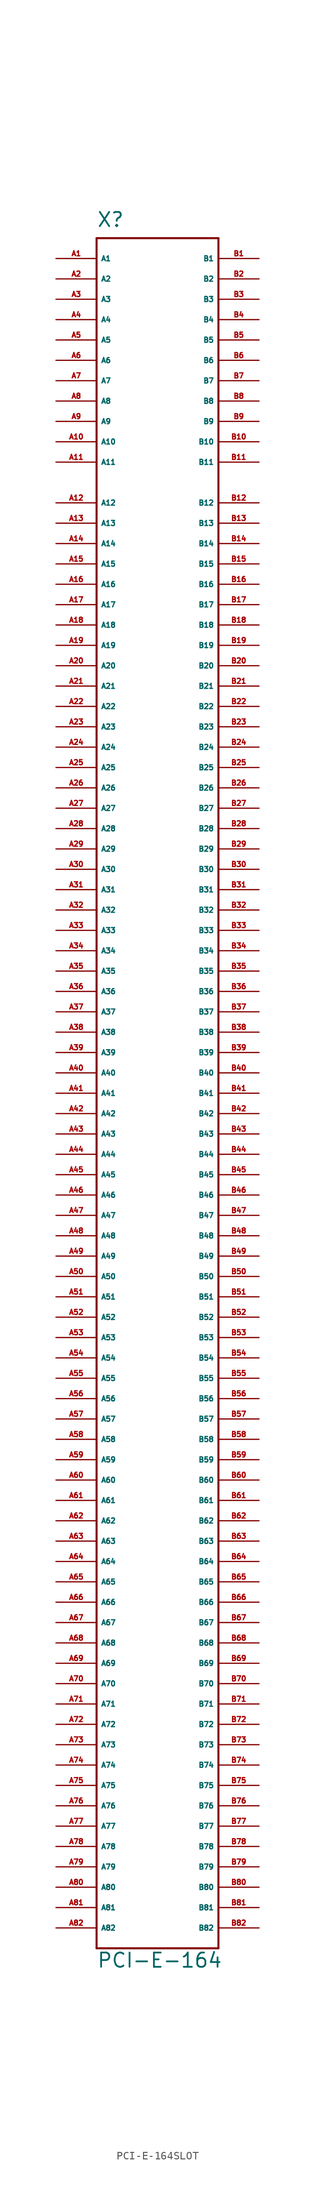
<source format=kicad_sym>
(kicad_symbol_lib
  (version 20220914)
  (generator Eagle2Kicad)
  (symbol "PCI-E-164SLOT"
    (property "Reference" "X"
      (at -7.62 105.41 0)
      (effects (font (size 1.778 1.778) (thickness 0.22)) (justify left bottom)))
    (property "Value" "PCI-E-164"
      (at -7.62 -111.76 0)
      (effects (font (size 1.778 1.778) (thickness 0.22)) (justify left bottom)))
    (polyline
      (pts (xy -7.62 104.14) (xy 7.62 104.14))
      (stroke (width 0.254) (type default))
      (fill (type none)))
    (polyline
      (pts (xy 7.62 104.14) (xy 7.62 -109.22))
      (stroke (width 0.254) (type default))
      (fill (type none)))
    (polyline
      (pts (xy 7.62 -109.22) (xy -7.62 -109.22))
      (stroke (width 0.254) (type default))
      (fill (type none)))
    (polyline
      (pts (xy -7.62 -109.22) (xy -7.62 104.14))
      (stroke (width 0.254) (type default))
      (fill (type none)))
    (pin passive line
      (at -12.7 101.6 0)
      (length 5.08)
      (name "A1" (effects (font (size 0.635 0.635) (thickness 0.08)) (justify left bottom)))
      (number "A1" (effects (font (size 0.635 0.635) (thickness 0.08)) (justify left bottom))))
    (pin passive line
      (at -12.7 99.06 0)
      (length 5.08)
      (name "A2" (effects (font (size 0.635 0.635) (thickness 0.08)) (justify left bottom)))
      (number "A2" (effects (font (size 0.635 0.635) (thickness 0.08)) (justify left bottom))))
    (pin passive line
      (at -12.7 96.52 0)
      (length 5.08)
      (name "A3" (effects (font (size 0.635 0.635) (thickness 0.08)) (justify left bottom)))
      (number "A3" (effects (font (size 0.635 0.635) (thickness 0.08)) (justify left bottom))))
    (pin passive line
      (at -12.7 93.98 0)
      (length 5.08)
      (name "A4" (effects (font (size 0.635 0.635) (thickness 0.08)) (justify left bottom)))
      (number "A4" (effects (font (size 0.635 0.635) (thickness 0.08)) (justify left bottom))))
    (pin passive line
      (at -12.7 91.44 0)
      (length 5.08)
      (name "A5" (effects (font (size 0.635 0.635) (thickness 0.08)) (justify left bottom)))
      (number "A5" (effects (font (size 0.635 0.635) (thickness 0.08)) (justify left bottom))))
    (pin passive line
      (at -12.7 88.9 0)
      (length 5.08)
      (name "A6" (effects (font (size 0.635 0.635) (thickness 0.08)) (justify left bottom)))
      (number "A6" (effects (font (size 0.635 0.635) (thickness 0.08)) (justify left bottom))))
    (pin passive line
      (at -12.7 86.36 0)
      (length 5.08)
      (name "A7" (effects (font (size 0.635 0.635) (thickness 0.08)) (justify left bottom)))
      (number "A7" (effects (font (size 0.635 0.635) (thickness 0.08)) (justify left bottom))))
    (pin passive line
      (at -12.7 83.82 0)
      (length 5.08)
      (name "A8" (effects (font (size 0.635 0.635) (thickness 0.08)) (justify left bottom)))
      (number "A8" (effects (font (size 0.635 0.635) (thickness 0.08)) (justify left bottom))))
    (pin passive line
      (at -12.7 81.28 0)
      (length 5.08)
      (name "A9" (effects (font (size 0.635 0.635) (thickness 0.08)) (justify left bottom)))
      (number "A9" (effects (font (size 0.635 0.635) (thickness 0.08)) (justify left bottom))))
    (pin passive line
      (at -12.7 78.74 0)
      (length 5.08)
      (name "A10" (effects (font (size 0.635 0.635) (thickness 0.08)) (justify left bottom)))
      (number "A10" (effects (font (size 0.635 0.635) (thickness 0.08)) (justify left bottom))))
    (pin passive line
      (at -12.7 76.2 0)
      (length 5.08)
      (name "A11" (effects (font (size 0.635 0.635) (thickness 0.08)) (justify left bottom)))
      (number "A11" (effects (font (size 0.635 0.635) (thickness 0.08)) (justify left bottom))))
    (pin passive line
      (at -12.7 71.12 0)
      (length 5.08)
      (name "A12" (effects (font (size 0.635 0.635) (thickness 0.08)) (justify left bottom)))
      (number "A12" (effects (font (size 0.635 0.635) (thickness 0.08)) (justify left bottom))))
    (pin passive line
      (at -12.7 68.58 0)
      (length 5.08)
      (name "A13" (effects (font (size 0.635 0.635) (thickness 0.08)) (justify left bottom)))
      (number "A13" (effects (font (size 0.635 0.635) (thickness 0.08)) (justify left bottom))))
    (pin passive line
      (at -12.7 66.04 0)
      (length 5.08)
      (name "A14" (effects (font (size 0.635 0.635) (thickness 0.08)) (justify left bottom)))
      (number "A14" (effects (font (size 0.635 0.635) (thickness 0.08)) (justify left bottom))))
    (pin passive line
      (at -12.7 63.5 0)
      (length 5.08)
      (name "A15" (effects (font (size 0.635 0.635) (thickness 0.08)) (justify left bottom)))
      (number "A15" (effects (font (size 0.635 0.635) (thickness 0.08)) (justify left bottom))))
    (pin passive line
      (at -12.7 60.96 0)
      (length 5.08)
      (name "A16" (effects (font (size 0.635 0.635) (thickness 0.08)) (justify left bottom)))
      (number "A16" (effects (font (size 0.635 0.635) (thickness 0.08)) (justify left bottom))))
    (pin passive line
      (at -12.7 58.42 0)
      (length 5.08)
      (name "A17" (effects (font (size 0.635 0.635) (thickness 0.08)) (justify left bottom)))
      (number "A17" (effects (font (size 0.635 0.635) (thickness 0.08)) (justify left bottom))))
    (pin passive line
      (at -12.7 55.88 0)
      (length 5.08)
      (name "A18" (effects (font (size 0.635 0.635) (thickness 0.08)) (justify left bottom)))
      (number "A18" (effects (font (size 0.635 0.635) (thickness 0.08)) (justify left bottom))))
    (pin passive line
      (at -12.7 53.34 0)
      (length 5.08)
      (name "A19" (effects (font (size 0.635 0.635) (thickness 0.08)) (justify left bottom)))
      (number "A19" (effects (font (size 0.635 0.635) (thickness 0.08)) (justify left bottom))))
    (pin passive line
      (at -12.7 50.8 0)
      (length 5.08)
      (name "A20" (effects (font (size 0.635 0.635) (thickness 0.08)) (justify left bottom)))
      (number "A20" (effects (font (size 0.635 0.635) (thickness 0.08)) (justify left bottom))))
    (pin passive line
      (at -12.7 48.26 0)
      (length 5.08)
      (name "A21" (effects (font (size 0.635 0.635) (thickness 0.08)) (justify left bottom)))
      (number "A21" (effects (font (size 0.635 0.635) (thickness 0.08)) (justify left bottom))))
    (pin passive line
      (at -12.7 45.72 0)
      (length 5.08)
      (name "A22" (effects (font (size 0.635 0.635) (thickness 0.08)) (justify left bottom)))
      (number "A22" (effects (font (size 0.635 0.635) (thickness 0.08)) (justify left bottom))))
    (pin passive line
      (at -12.7 43.18 0)
      (length 5.08)
      (name "A23" (effects (font (size 0.635 0.635) (thickness 0.08)) (justify left bottom)))
      (number "A23" (effects (font (size 0.635 0.635) (thickness 0.08)) (justify left bottom))))
    (pin passive line
      (at -12.7 40.64 0)
      (length 5.08)
      (name "A24" (effects (font (size 0.635 0.635) (thickness 0.08)) (justify left bottom)))
      (number "A24" (effects (font (size 0.635 0.635) (thickness 0.08)) (justify left bottom))))
    (pin passive line
      (at -12.7 38.1 0)
      (length 5.08)
      (name "A25" (effects (font (size 0.635 0.635) (thickness 0.08)) (justify left bottom)))
      (number "A25" (effects (font (size 0.635 0.635) (thickness 0.08)) (justify left bottom))))
    (pin passive line
      (at -12.7 35.56 0)
      (length 5.08)
      (name "A26" (effects (font (size 0.635 0.635) (thickness 0.08)) (justify left bottom)))
      (number "A26" (effects (font (size 0.635 0.635) (thickness 0.08)) (justify left bottom))))
    (pin passive line
      (at -12.7 33.02 0)
      (length 5.08)
      (name "A27" (effects (font (size 0.635 0.635) (thickness 0.08)) (justify left bottom)))
      (number "A27" (effects (font (size 0.635 0.635) (thickness 0.08)) (justify left bottom))))
    (pin passive line
      (at -12.7 30.48 0)
      (length 5.08)
      (name "A28" (effects (font (size 0.635 0.635) (thickness 0.08)) (justify left bottom)))
      (number "A28" (effects (font (size 0.635 0.635) (thickness 0.08)) (justify left bottom))))
    (pin passive line
      (at -12.7 27.94 0)
      (length 5.08)
      (name "A29" (effects (font (size 0.635 0.635) (thickness 0.08)) (justify left bottom)))
      (number "A29" (effects (font (size 0.635 0.635) (thickness 0.08)) (justify left bottom))))
    (pin passive line
      (at -12.7 25.4 0)
      (length 5.08)
      (name "A30" (effects (font (size 0.635 0.635) (thickness 0.08)) (justify left bottom)))
      (number "A30" (effects (font (size 0.635 0.635) (thickness 0.08)) (justify left bottom))))
    (pin passive line
      (at -12.7 22.86 0)
      (length 5.08)
      (name "A31" (effects (font (size 0.635 0.635) (thickness 0.08)) (justify left bottom)))
      (number "A31" (effects (font (size 0.635 0.635) (thickness 0.08)) (justify left bottom))))
    (pin passive line
      (at -12.7 20.32 0)
      (length 5.08)
      (name "A32" (effects (font (size 0.635 0.635) (thickness 0.08)) (justify left bottom)))
      (number "A32" (effects (font (size 0.635 0.635) (thickness 0.08)) (justify left bottom))))
    (pin passive line
      (at -12.7 17.78 0)
      (length 5.08)
      (name "A33" (effects (font (size 0.635 0.635) (thickness 0.08)) (justify left bottom)))
      (number "A33" (effects (font (size 0.635 0.635) (thickness 0.08)) (justify left bottom))))
    (pin passive line
      (at -12.7 15.24 0)
      (length 5.08)
      (name "A34" (effects (font (size 0.635 0.635) (thickness 0.08)) (justify left bottom)))
      (number "A34" (effects (font (size 0.635 0.635) (thickness 0.08)) (justify left bottom))))
    (pin passive line
      (at -12.7 12.7 0)
      (length 5.08)
      (name "A35" (effects (font (size 0.635 0.635) (thickness 0.08)) (justify left bottom)))
      (number "A35" (effects (font (size 0.635 0.635) (thickness 0.08)) (justify left bottom))))
    (pin passive line
      (at -12.7 10.16 0)
      (length 5.08)
      (name "A36" (effects (font (size 0.635 0.635) (thickness 0.08)) (justify left bottom)))
      (number "A36" (effects (font (size 0.635 0.635) (thickness 0.08)) (justify left bottom))))
    (pin passive line
      (at -12.7 7.62 0)
      (length 5.08)
      (name "A37" (effects (font (size 0.635 0.635) (thickness 0.08)) (justify left bottom)))
      (number "A37" (effects (font (size 0.635 0.635) (thickness 0.08)) (justify left bottom))))
    (pin passive line
      (at -12.7 5.08 0)
      (length 5.08)
      (name "A38" (effects (font (size 0.635 0.635) (thickness 0.08)) (justify left bottom)))
      (number "A38" (effects (font (size 0.635 0.635) (thickness 0.08)) (justify left bottom))))
    (pin passive line
      (at -12.7 2.54 0)
      (length 5.08)
      (name "A39" (effects (font (size 0.635 0.635) (thickness 0.08)) (justify left bottom)))
      (number "A39" (effects (font (size 0.635 0.635) (thickness 0.08)) (justify left bottom))))
    (pin passive line
      (at -12.7 0 0)
      (length 5.08)
      (name "A40" (effects (font (size 0.635 0.635) (thickness 0.08)) (justify left bottom)))
      (number "A40" (effects (font (size 0.635 0.635) (thickness 0.08)) (justify left bottom))))
    (pin passive line
      (at -12.7 -2.54 0)
      (length 5.08)
      (name "A41" (effects (font (size 0.635 0.635) (thickness 0.08)) (justify left bottom)))
      (number "A41" (effects (font (size 0.635 0.635) (thickness 0.08)) (justify left bottom))))
    (pin passive line
      (at -12.7 -5.08 0)
      (length 5.08)
      (name "A42" (effects (font (size 0.635 0.635) (thickness 0.08)) (justify left bottom)))
      (number "A42" (effects (font (size 0.635 0.635) (thickness 0.08)) (justify left bottom))))
    (pin passive line
      (at -12.7 -7.62 0)
      (length 5.08)
      (name "A43" (effects (font (size 0.635 0.635) (thickness 0.08)) (justify left bottom)))
      (number "A43" (effects (font (size 0.635 0.635) (thickness 0.08)) (justify left bottom))))
    (pin passive line
      (at -12.7 -10.16 0)
      (length 5.08)
      (name "A44" (effects (font (size 0.635 0.635) (thickness 0.08)) (justify left bottom)))
      (number "A44" (effects (font (size 0.635 0.635) (thickness 0.08)) (justify left bottom))))
    (pin passive line
      (at -12.7 -12.7 0)
      (length 5.08)
      (name "A45" (effects (font (size 0.635 0.635) (thickness 0.08)) (justify left bottom)))
      (number "A45" (effects (font (size 0.635 0.635) (thickness 0.08)) (justify left bottom))))
    (pin passive line
      (at -12.7 -15.24 0)
      (length 5.08)
      (name "A46" (effects (font (size 0.635 0.635) (thickness 0.08)) (justify left bottom)))
      (number "A46" (effects (font (size 0.635 0.635) (thickness 0.08)) (justify left bottom))))
    (pin passive line
      (at -12.7 -17.78 0)
      (length 5.08)
      (name "A47" (effects (font (size 0.635 0.635) (thickness 0.08)) (justify left bottom)))
      (number "A47" (effects (font (size 0.635 0.635) (thickness 0.08)) (justify left bottom))))
    (pin passive line
      (at -12.7 -20.32 0)
      (length 5.08)
      (name "A48" (effects (font (size 0.635 0.635) (thickness 0.08)) (justify left bottom)))
      (number "A48" (effects (font (size 0.635 0.635) (thickness 0.08)) (justify left bottom))))
    (pin passive line
      (at -12.7 -22.86 0)
      (length 5.08)
      (name "A49" (effects (font (size 0.635 0.635) (thickness 0.08)) (justify left bottom)))
      (number "A49" (effects (font (size 0.635 0.635) (thickness 0.08)) (justify left bottom))))
    (pin passive line
      (at -12.7 -25.4 0)
      (length 5.08)
      (name "A50" (effects (font (size 0.635 0.635) (thickness 0.08)) (justify left bottom)))
      (number "A50" (effects (font (size 0.635 0.635) (thickness 0.08)) (justify left bottom))))
    (pin passive line
      (at -12.7 -27.94 0)
      (length 5.08)
      (name "A51" (effects (font (size 0.635 0.635) (thickness 0.08)) (justify left bottom)))
      (number "A51" (effects (font (size 0.635 0.635) (thickness 0.08)) (justify left bottom))))
    (pin passive line
      (at -12.7 -30.48 0)
      (length 5.08)
      (name "A52" (effects (font (size 0.635 0.635) (thickness 0.08)) (justify left bottom)))
      (number "A52" (effects (font (size 0.635 0.635) (thickness 0.08)) (justify left bottom))))
    (pin passive line
      (at -12.7 -33.02 0)
      (length 5.08)
      (name "A53" (effects (font (size 0.635 0.635) (thickness 0.08)) (justify left bottom)))
      (number "A53" (effects (font (size 0.635 0.635) (thickness 0.08)) (justify left bottom))))
    (pin passive line
      (at -12.7 -35.56 0)
      (length 5.08)
      (name "A54" (effects (font (size 0.635 0.635) (thickness 0.08)) (justify left bottom)))
      (number "A54" (effects (font (size 0.635 0.635) (thickness 0.08)) (justify left bottom))))
    (pin passive line
      (at -12.7 -38.1 0)
      (length 5.08)
      (name "A55" (effects (font (size 0.635 0.635) (thickness 0.08)) (justify left bottom)))
      (number "A55" (effects (font (size 0.635 0.635) (thickness 0.08)) (justify left bottom))))
    (pin passive line
      (at -12.7 -40.64 0)
      (length 5.08)
      (name "A56" (effects (font (size 0.635 0.635) (thickness 0.08)) (justify left bottom)))
      (number "A56" (effects (font (size 0.635 0.635) (thickness 0.08)) (justify left bottom))))
    (pin passive line
      (at -12.7 -43.18 0)
      (length 5.08)
      (name "A57" (effects (font (size 0.635 0.635) (thickness 0.08)) (justify left bottom)))
      (number "A57" (effects (font (size 0.635 0.635) (thickness 0.08)) (justify left bottom))))
    (pin passive line
      (at -12.7 -45.72 0)
      (length 5.08)
      (name "A58" (effects (font (size 0.635 0.635) (thickness 0.08)) (justify left bottom)))
      (number "A58" (effects (font (size 0.635 0.635) (thickness 0.08)) (justify left bottom))))
    (pin passive line
      (at -12.7 -48.26 0)
      (length 5.08)
      (name "A59" (effects (font (size 0.635 0.635) (thickness 0.08)) (justify left bottom)))
      (number "A59" (effects (font (size 0.635 0.635) (thickness 0.08)) (justify left bottom))))
    (pin passive line
      (at -12.7 -50.8 0)
      (length 5.08)
      (name "A60" (effects (font (size 0.635 0.635) (thickness 0.08)) (justify left bottom)))
      (number "A60" (effects (font (size 0.635 0.635) (thickness 0.08)) (justify left bottom))))
    (pin passive line
      (at -12.7 -53.34 0)
      (length 5.08)
      (name "A61" (effects (font (size 0.635 0.635) (thickness 0.08)) (justify left bottom)))
      (number "A61" (effects (font (size 0.635 0.635) (thickness 0.08)) (justify left bottom))))
    (pin passive line
      (at -12.7 -55.88 0)
      (length 5.08)
      (name "A62" (effects (font (size 0.635 0.635) (thickness 0.08)) (justify left bottom)))
      (number "A62" (effects (font (size 0.635 0.635) (thickness 0.08)) (justify left bottom))))
    (pin passive line
      (at -12.7 -58.42 0)
      (length 5.08)
      (name "A63" (effects (font (size 0.635 0.635) (thickness 0.08)) (justify left bottom)))
      (number "A63" (effects (font (size 0.635 0.635) (thickness 0.08)) (justify left bottom))))
    (pin passive line
      (at -12.7 -60.96 0)
      (length 5.08)
      (name "A64" (effects (font (size 0.635 0.635) (thickness 0.08)) (justify left bottom)))
      (number "A64" (effects (font (size 0.635 0.635) (thickness 0.08)) (justify left bottom))))
    (pin passive line
      (at -12.7 -63.5 0)
      (length 5.08)
      (name "A65" (effects (font (size 0.635 0.635) (thickness 0.08)) (justify left bottom)))
      (number "A65" (effects (font (size 0.635 0.635) (thickness 0.08)) (justify left bottom))))
    (pin passive line
      (at -12.7 -66.04 0)
      (length 5.08)
      (name "A66" (effects (font (size 0.635 0.635) (thickness 0.08)) (justify left bottom)))
      (number "A66" (effects (font (size 0.635 0.635) (thickness 0.08)) (justify left bottom))))
    (pin passive line
      (at -12.7 -68.58 0)
      (length 5.08)
      (name "A67" (effects (font (size 0.635 0.635) (thickness 0.08)) (justify left bottom)))
      (number "A67" (effects (font (size 0.635 0.635) (thickness 0.08)) (justify left bottom))))
    (pin passive line
      (at -12.7 -71.12 0)
      (length 5.08)
      (name "A68" (effects (font (size 0.635 0.635) (thickness 0.08)) (justify left bottom)))
      (number "A68" (effects (font (size 0.635 0.635) (thickness 0.08)) (justify left bottom))))
    (pin passive line
      (at -12.7 -73.66 0)
      (length 5.08)
      (name "A69" (effects (font (size 0.635 0.635) (thickness 0.08)) (justify left bottom)))
      (number "A69" (effects (font (size 0.635 0.635) (thickness 0.08)) (justify left bottom))))
    (pin passive line
      (at -12.7 -76.2 0)
      (length 5.08)
      (name "A70" (effects (font (size 0.635 0.635) (thickness 0.08)) (justify left bottom)))
      (number "A70" (effects (font (size 0.635 0.635) (thickness 0.08)) (justify left bottom))))
    (pin passive line
      (at -12.7 -78.74 0)
      (length 5.08)
      (name "A71" (effects (font (size 0.635 0.635) (thickness 0.08)) (justify left bottom)))
      (number "A71" (effects (font (size 0.635 0.635) (thickness 0.08)) (justify left bottom))))
    (pin passive line
      (at -12.7 -81.28 0)
      (length 5.08)
      (name "A72" (effects (font (size 0.635 0.635) (thickness 0.08)) (justify left bottom)))
      (number "A72" (effects (font (size 0.635 0.635) (thickness 0.08)) (justify left bottom))))
    (pin passive line
      (at -12.7 -83.82 0)
      (length 5.08)
      (name "A73" (effects (font (size 0.635 0.635) (thickness 0.08)) (justify left bottom)))
      (number "A73" (effects (font (size 0.635 0.635) (thickness 0.08)) (justify left bottom))))
    (pin passive line
      (at -12.7 -86.36 0)
      (length 5.08)
      (name "A74" (effects (font (size 0.635 0.635) (thickness 0.08)) (justify left bottom)))
      (number "A74" (effects (font (size 0.635 0.635) (thickness 0.08)) (justify left bottom))))
    (pin passive line
      (at -12.7 -88.9 0)
      (length 5.08)
      (name "A75" (effects (font (size 0.635 0.635) (thickness 0.08)) (justify left bottom)))
      (number "A75" (effects (font (size 0.635 0.635) (thickness 0.08)) (justify left bottom))))
    (pin passive line
      (at -12.7 -91.44 0)
      (length 5.08)
      (name "A76" (effects (font (size 0.635 0.635) (thickness 0.08)) (justify left bottom)))
      (number "A76" (effects (font (size 0.635 0.635) (thickness 0.08)) (justify left bottom))))
    (pin passive line
      (at -12.7 -93.98 0)
      (length 5.08)
      (name "A77" (effects (font (size 0.635 0.635) (thickness 0.08)) (justify left bottom)))
      (number "A77" (effects (font (size 0.635 0.635) (thickness 0.08)) (justify left bottom))))
    (pin passive line
      (at -12.7 -96.52 0)
      (length 5.08)
      (name "A78" (effects (font (size 0.635 0.635) (thickness 0.08)) (justify left bottom)))
      (number "A78" (effects (font (size 0.635 0.635) (thickness 0.08)) (justify left bottom))))
    (pin passive line
      (at -12.7 -99.06 0)
      (length 5.08)
      (name "A79" (effects (font (size 0.635 0.635) (thickness 0.08)) (justify left bottom)))
      (number "A79" (effects (font (size 0.635 0.635) (thickness 0.08)) (justify left bottom))))
    (pin passive line
      (at -12.7 -101.6 0)
      (length 5.08)
      (name "A80" (effects (font (size 0.635 0.635) (thickness 0.08)) (justify left bottom)))
      (number "A80" (effects (font (size 0.635 0.635) (thickness 0.08)) (justify left bottom))))
    (pin passive line
      (at -12.7 -104.14 0)
      (length 5.08)
      (name "A81" (effects (font (size 0.635 0.635) (thickness 0.08)) (justify left bottom)))
      (number "A81" (effects (font (size 0.635 0.635) (thickness 0.08)) (justify left bottom))))
    (pin passive line
      (at -12.7 -106.68 0)
      (length 5.08)
      (name "A82" (effects (font (size 0.635 0.635) (thickness 0.08)) (justify left bottom)))
      (number "A82" (effects (font (size 0.635 0.635) (thickness 0.08)) (justify left bottom))))
    (pin passive line
      (at 12.7 101.6 180)
      (length 5.08)
      (name "B1" (effects (font (size 0.635 0.635) (thickness 0.08)) (justify left bottom)))
      (number "B1" (effects (font (size 0.635 0.635) (thickness 0.08)) (justify left bottom))))
    (pin passive line
      (at 12.7 99.06 180)
      (length 5.08)
      (name "B2" (effects (font (size 0.635 0.635) (thickness 0.08)) (justify left bottom)))
      (number "B2" (effects (font (size 0.635 0.635) (thickness 0.08)) (justify left bottom))))
    (pin passive line
      (at 12.7 96.52 180)
      (length 5.08)
      (name "B3" (effects (font (size 0.635 0.635) (thickness 0.08)) (justify left bottom)))
      (number "B3" (effects (font (size 0.635 0.635) (thickness 0.08)) (justify left bottom))))
    (pin passive line
      (at 12.7 93.98 180)
      (length 5.08)
      (name "B4" (effects (font (size 0.635 0.635) (thickness 0.08)) (justify left bottom)))
      (number "B4" (effects (font (size 0.635 0.635) (thickness 0.08)) (justify left bottom))))
    (pin passive line
      (at 12.7 91.44 180)
      (length 5.08)
      (name "B5" (effects (font (size 0.635 0.635) (thickness 0.08)) (justify left bottom)))
      (number "B5" (effects (font (size 0.635 0.635) (thickness 0.08)) (justify left bottom))))
    (pin passive line
      (at 12.7 88.9 180)
      (length 5.08)
      (name "B6" (effects (font (size 0.635 0.635) (thickness 0.08)) (justify left bottom)))
      (number "B6" (effects (font (size 0.635 0.635) (thickness 0.08)) (justify left bottom))))
    (pin passive line
      (at 12.7 86.36 180)
      (length 5.08)
      (name "B7" (effects (font (size 0.635 0.635) (thickness 0.08)) (justify left bottom)))
      (number "B7" (effects (font (size 0.635 0.635) (thickness 0.08)) (justify left bottom))))
    (pin passive line
      (at 12.7 83.82 180)
      (length 5.08)
      (name "B8" (effects (font (size 0.635 0.635) (thickness 0.08)) (justify left bottom)))
      (number "B8" (effects (font (size 0.635 0.635) (thickness 0.08)) (justify left bottom))))
    (pin passive line
      (at 12.7 81.28 180)
      (length 5.08)
      (name "B9" (effects (font (size 0.635 0.635) (thickness 0.08)) (justify left bottom)))
      (number "B9" (effects (font (size 0.635 0.635) (thickness 0.08)) (justify left bottom))))
    (pin passive line
      (at 12.7 78.74 180)
      (length 5.08)
      (name "B10" (effects (font (size 0.635 0.635) (thickness 0.08)) (justify left bottom)))
      (number "B10" (effects (font (size 0.635 0.635) (thickness 0.08)) (justify left bottom))))
    (pin passive line
      (at 12.7 76.2 180)
      (length 5.08)
      (name "B11" (effects (font (size 0.635 0.635) (thickness 0.08)) (justify left bottom)))
      (number "B11" (effects (font (size 0.635 0.635) (thickness 0.08)) (justify left bottom))))
    (pin passive line
      (at 12.7 71.12 180)
      (length 5.08)
      (name "B12" (effects (font (size 0.635 0.635) (thickness 0.08)) (justify left bottom)))
      (number "B12" (effects (font (size 0.635 0.635) (thickness 0.08)) (justify left bottom))))
    (pin passive line
      (at 12.7 68.58 180)
      (length 5.08)
      (name "B13" (effects (font (size 0.635 0.635) (thickness 0.08)) (justify left bottom)))
      (number "B13" (effects (font (size 0.635 0.635) (thickness 0.08)) (justify left bottom))))
    (pin passive line
      (at 12.7 66.04 180)
      (length 5.08)
      (name "B14" (effects (font (size 0.635 0.635) (thickness 0.08)) (justify left bottom)))
      (number "B14" (effects (font (size 0.635 0.635) (thickness 0.08)) (justify left bottom))))
    (pin passive line
      (at 12.7 63.5 180)
      (length 5.08)
      (name "B15" (effects (font (size 0.635 0.635) (thickness 0.08)) (justify left bottom)))
      (number "B15" (effects (font (size 0.635 0.635) (thickness 0.08)) (justify left bottom))))
    (pin passive line
      (at 12.7 60.96 180)
      (length 5.08)
      (name "B16" (effects (font (size 0.635 0.635) (thickness 0.08)) (justify left bottom)))
      (number "B16" (effects (font (size 0.635 0.635) (thickness 0.08)) (justify left bottom))))
    (pin passive line
      (at 12.7 58.42 180)
      (length 5.08)
      (name "B17" (effects (font (size 0.635 0.635) (thickness 0.08)) (justify left bottom)))
      (number "B17" (effects (font (size 0.635 0.635) (thickness 0.08)) (justify left bottom))))
    (pin passive line
      (at 12.7 55.88 180)
      (length 5.08)
      (name "B18" (effects (font (size 0.635 0.635) (thickness 0.08)) (justify left bottom)))
      (number "B18" (effects (font (size 0.635 0.635) (thickness 0.08)) (justify left bottom))))
    (pin passive line
      (at 12.7 53.34 180)
      (length 5.08)
      (name "B19" (effects (font (size 0.635 0.635) (thickness 0.08)) (justify left bottom)))
      (number "B19" (effects (font (size 0.635 0.635) (thickness 0.08)) (justify left bottom))))
    (pin passive line
      (at 12.7 50.8 180)
      (length 5.08)
      (name "B20" (effects (font (size 0.635 0.635) (thickness 0.08)) (justify left bottom)))
      (number "B20" (effects (font (size 0.635 0.635) (thickness 0.08)) (justify left bottom))))
    (pin passive line
      (at 12.7 48.26 180)
      (length 5.08)
      (name "B21" (effects (font (size 0.635 0.635) (thickness 0.08)) (justify left bottom)))
      (number "B21" (effects (font (size 0.635 0.635) (thickness 0.08)) (justify left bottom))))
    (pin passive line
      (at 12.7 45.72 180)
      (length 5.08)
      (name "B22" (effects (font (size 0.635 0.635) (thickness 0.08)) (justify left bottom)))
      (number "B22" (effects (font (size 0.635 0.635) (thickness 0.08)) (justify left bottom))))
    (pin passive line
      (at 12.7 43.18 180)
      (length 5.08)
      (name "B23" (effects (font (size 0.635 0.635) (thickness 0.08)) (justify left bottom)))
      (number "B23" (effects (font (size 0.635 0.635) (thickness 0.08)) (justify left bottom))))
    (pin passive line
      (at 12.7 40.64 180)
      (length 5.08)
      (name "B24" (effects (font (size 0.635 0.635) (thickness 0.08)) (justify left bottom)))
      (number "B24" (effects (font (size 0.635 0.635) (thickness 0.08)) (justify left bottom))))
    (pin passive line
      (at 12.7 38.1 180)
      (length 5.08)
      (name "B25" (effects (font (size 0.635 0.635) (thickness 0.08)) (justify left bottom)))
      (number "B25" (effects (font (size 0.635 0.635) (thickness 0.08)) (justify left bottom))))
    (pin passive line
      (at 12.7 35.56 180)
      (length 5.08)
      (name "B26" (effects (font (size 0.635 0.635) (thickness 0.08)) (justify left bottom)))
      (number "B26" (effects (font (size 0.635 0.635) (thickness 0.08)) (justify left bottom))))
    (pin passive line
      (at 12.7 33.02 180)
      (length 5.08)
      (name "B27" (effects (font (size 0.635 0.635) (thickness 0.08)) (justify left bottom)))
      (number "B27" (effects (font (size 0.635 0.635) (thickness 0.08)) (justify left bottom))))
    (pin passive line
      (at 12.7 30.48 180)
      (length 5.08)
      (name "B28" (effects (font (size 0.635 0.635) (thickness 0.08)) (justify left bottom)))
      (number "B28" (effects (font (size 0.635 0.635) (thickness 0.08)) (justify left bottom))))
    (pin passive line
      (at 12.7 27.94 180)
      (length 5.08)
      (name "B29" (effects (font (size 0.635 0.635) (thickness 0.08)) (justify left bottom)))
      (number "B29" (effects (font (size 0.635 0.635) (thickness 0.08)) (justify left bottom))))
    (pin passive line
      (at 12.7 25.4 180)
      (length 5.08)
      (name "B30" (effects (font (size 0.635 0.635) (thickness 0.08)) (justify left bottom)))
      (number "B30" (effects (font (size 0.635 0.635) (thickness 0.08)) (justify left bottom))))
    (pin passive line
      (at 12.7 22.86 180)
      (length 5.08)
      (name "B31" (effects (font (size 0.635 0.635) (thickness 0.08)) (justify left bottom)))
      (number "B31" (effects (font (size 0.635 0.635) (thickness 0.08)) (justify left bottom))))
    (pin passive line
      (at 12.7 20.32 180)
      (length 5.08)
      (name "B32" (effects (font (size 0.635 0.635) (thickness 0.08)) (justify left bottom)))
      (number "B32" (effects (font (size 0.635 0.635) (thickness 0.08)) (justify left bottom))))
    (pin passive line
      (at 12.7 17.78 180)
      (length 5.08)
      (name "B33" (effects (font (size 0.635 0.635) (thickness 0.08)) (justify left bottom)))
      (number "B33" (effects (font (size 0.635 0.635) (thickness 0.08)) (justify left bottom))))
    (pin passive line
      (at 12.7 15.24 180)
      (length 5.08)
      (name "B34" (effects (font (size 0.635 0.635) (thickness 0.08)) (justify left bottom)))
      (number "B34" (effects (font (size 0.635 0.635) (thickness 0.08)) (justify left bottom))))
    (pin passive line
      (at 12.7 12.7 180)
      (length 5.08)
      (name "B35" (effects (font (size 0.635 0.635) (thickness 0.08)) (justify left bottom)))
      (number "B35" (effects (font (size 0.635 0.635) (thickness 0.08)) (justify left bottom))))
    (pin passive line
      (at 12.7 10.16 180)
      (length 5.08)
      (name "B36" (effects (font (size 0.635 0.635) (thickness 0.08)) (justify left bottom)))
      (number "B36" (effects (font (size 0.635 0.635) (thickness 0.08)) (justify left bottom))))
    (pin passive line
      (at 12.7 7.62 180)
      (length 5.08)
      (name "B37" (effects (font (size 0.635 0.635) (thickness 0.08)) (justify left bottom)))
      (number "B37" (effects (font (size 0.635 0.635) (thickness 0.08)) (justify left bottom))))
    (pin passive line
      (at 12.7 5.08 180)
      (length 5.08)
      (name "B38" (effects (font (size 0.635 0.635) (thickness 0.08)) (justify left bottom)))
      (number "B38" (effects (font (size 0.635 0.635) (thickness 0.08)) (justify left bottom))))
    (pin passive line
      (at 12.7 2.54 180)
      (length 5.08)
      (name "B39" (effects (font (size 0.635 0.635) (thickness 0.08)) (justify left bottom)))
      (number "B39" (effects (font (size 0.635 0.635) (thickness 0.08)) (justify left bottom))))
    (pin passive line
      (at 12.7 0 180)
      (length 5.08)
      (name "B40" (effects (font (size 0.635 0.635) (thickness 0.08)) (justify left bottom)))
      (number "B40" (effects (font (size 0.635 0.635) (thickness 0.08)) (justify left bottom))))
    (pin passive line
      (at 12.7 -2.54 180)
      (length 5.08)
      (name "B41" (effects (font (size 0.635 0.635) (thickness 0.08)) (justify left bottom)))
      (number "B41" (effects (font (size 0.635 0.635) (thickness 0.08)) (justify left bottom))))
    (pin passive line
      (at 12.7 -5.08 180)
      (length 5.08)
      (name "B42" (effects (font (size 0.635 0.635) (thickness 0.08)) (justify left bottom)))
      (number "B42" (effects (font (size 0.635 0.635) (thickness 0.08)) (justify left bottom))))
    (pin passive line
      (at 12.7 -7.62 180)
      (length 5.08)
      (name "B43" (effects (font (size 0.635 0.635) (thickness 0.08)) (justify left bottom)))
      (number "B43" (effects (font (size 0.635 0.635) (thickness 0.08)) (justify left bottom))))
    (pin passive line
      (at 12.7 -10.16 180)
      (length 5.08)
      (name "B44" (effects (font (size 0.635 0.635) (thickness 0.08)) (justify left bottom)))
      (number "B44" (effects (font (size 0.635 0.635) (thickness 0.08)) (justify left bottom))))
    (pin passive line
      (at 12.7 -12.7 180)
      (length 5.08)
      (name "B45" (effects (font (size 0.635 0.635) (thickness 0.08)) (justify left bottom)))
      (number "B45" (effects (font (size 0.635 0.635) (thickness 0.08)) (justify left bottom))))
    (pin passive line
      (at 12.7 -15.24 180)
      (length 5.08)
      (name "B46" (effects (font (size 0.635 0.635) (thickness 0.08)) (justify left bottom)))
      (number "B46" (effects (font (size 0.635 0.635) (thickness 0.08)) (justify left bottom))))
    (pin passive line
      (at 12.7 -17.78 180)
      (length 5.08)
      (name "B47" (effects (font (size 0.635 0.635) (thickness 0.08)) (justify left bottom)))
      (number "B47" (effects (font (size 0.635 0.635) (thickness 0.08)) (justify left bottom))))
    (pin passive line
      (at 12.7 -20.32 180)
      (length 5.08)
      (name "B48" (effects (font (size 0.635 0.635) (thickness 0.08)) (justify left bottom)))
      (number "B48" (effects (font (size 0.635 0.635) (thickness 0.08)) (justify left bottom))))
    (pin passive line
      (at 12.7 -22.86 180)
      (length 5.08)
      (name "B49" (effects (font (size 0.635 0.635) (thickness 0.08)) (justify left bottom)))
      (number "B49" (effects (font (size 0.635 0.635) (thickness 0.08)) (justify left bottom))))
    (pin passive line
      (at 12.7 -25.4 180)
      (length 5.08)
      (name "B50" (effects (font (size 0.635 0.635) (thickness 0.08)) (justify left bottom)))
      (number "B50" (effects (font (size 0.635 0.635) (thickness 0.08)) (justify left bottom))))
    (pin passive line
      (at 12.7 -27.94 180)
      (length 5.08)
      (name "B51" (effects (font (size 0.635 0.635) (thickness 0.08)) (justify left bottom)))
      (number "B51" (effects (font (size 0.635 0.635) (thickness 0.08)) (justify left bottom))))
    (pin passive line
      (at 12.7 -30.48 180)
      (length 5.08)
      (name "B52" (effects (font (size 0.635 0.635) (thickness 0.08)) (justify left bottom)))
      (number "B52" (effects (font (size 0.635 0.635) (thickness 0.08)) (justify left bottom))))
    (pin passive line
      (at 12.7 -33.02 180)
      (length 5.08)
      (name "B53" (effects (font (size 0.635 0.635) (thickness 0.08)) (justify left bottom)))
      (number "B53" (effects (font (size 0.635 0.635) (thickness 0.08)) (justify left bottom))))
    (pin passive line
      (at 12.7 -35.56 180)
      (length 5.08)
      (name "B54" (effects (font (size 0.635 0.635) (thickness 0.08)) (justify left bottom)))
      (number "B54" (effects (font (size 0.635 0.635) (thickness 0.08)) (justify left bottom))))
    (pin passive line
      (at 12.7 -38.1 180)
      (length 5.08)
      (name "B55" (effects (font (size 0.635 0.635) (thickness 0.08)) (justify left bottom)))
      (number "B55" (effects (font (size 0.635 0.635) (thickness 0.08)) (justify left bottom))))
    (pin passive line
      (at 12.7 -40.64 180)
      (length 5.08)
      (name "B56" (effects (font (size 0.635 0.635) (thickness 0.08)) (justify left bottom)))
      (number "B56" (effects (font (size 0.635 0.635) (thickness 0.08)) (justify left bottom))))
    (pin passive line
      (at 12.7 -43.18 180)
      (length 5.08)
      (name "B57" (effects (font (size 0.635 0.635) (thickness 0.08)) (justify left bottom)))
      (number "B57" (effects (font (size 0.635 0.635) (thickness 0.08)) (justify left bottom))))
    (pin passive line
      (at 12.7 -45.72 180)
      (length 5.08)
      (name "B58" (effects (font (size 0.635 0.635) (thickness 0.08)) (justify left bottom)))
      (number "B58" (effects (font (size 0.635 0.635) (thickness 0.08)) (justify left bottom))))
    (pin passive line
      (at 12.7 -48.26 180)
      (length 5.08)
      (name "B59" (effects (font (size 0.635 0.635) (thickness 0.08)) (justify left bottom)))
      (number "B59" (effects (font (size 0.635 0.635) (thickness 0.08)) (justify left bottom))))
    (pin passive line
      (at 12.7 -50.8 180)
      (length 5.08)
      (name "B60" (effects (font (size 0.635 0.635) (thickness 0.08)) (justify left bottom)))
      (number "B60" (effects (font (size 0.635 0.635) (thickness 0.08)) (justify left bottom))))
    (pin passive line
      (at 12.7 -53.34 180)
      (length 5.08)
      (name "B61" (effects (font (size 0.635 0.635) (thickness 0.08)) (justify left bottom)))
      (number "B61" (effects (font (size 0.635 0.635) (thickness 0.08)) (justify left bottom))))
    (pin passive line
      (at 12.7 -55.88 180)
      (length 5.08)
      (name "B62" (effects (font (size 0.635 0.635) (thickness 0.08)) (justify left bottom)))
      (number "B62" (effects (font (size 0.635 0.635) (thickness 0.08)) (justify left bottom))))
    (pin passive line
      (at 12.7 -58.42 180)
      (length 5.08)
      (name "B63" (effects (font (size 0.635 0.635) (thickness 0.08)) (justify left bottom)))
      (number "B63" (effects (font (size 0.635 0.635) (thickness 0.08)) (justify left bottom))))
    (pin passive line
      (at 12.7 -60.96 180)
      (length 5.08)
      (name "B64" (effects (font (size 0.635 0.635) (thickness 0.08)) (justify left bottom)))
      (number "B64" (effects (font (size 0.635 0.635) (thickness 0.08)) (justify left bottom))))
    (pin passive line
      (at 12.7 -63.5 180)
      (length 5.08)
      (name "B65" (effects (font (size 0.635 0.635) (thickness 0.08)) (justify left bottom)))
      (number "B65" (effects (font (size 0.635 0.635) (thickness 0.08)) (justify left bottom))))
    (pin passive line
      (at 12.7 -66.04 180)
      (length 5.08)
      (name "B66" (effects (font (size 0.635 0.635) (thickness 0.08)) (justify left bottom)))
      (number "B66" (effects (font (size 0.635 0.635) (thickness 0.08)) (justify left bottom))))
    (pin passive line
      (at 12.7 -68.58 180)
      (length 5.08)
      (name "B67" (effects (font (size 0.635 0.635) (thickness 0.08)) (justify left bottom)))
      (number "B67" (effects (font (size 0.635 0.635) (thickness 0.08)) (justify left bottom))))
    (pin passive line
      (at 12.7 -71.12 180)
      (length 5.08)
      (name "B68" (effects (font (size 0.635 0.635) (thickness 0.08)) (justify left bottom)))
      (number "B68" (effects (font (size 0.635 0.635) (thickness 0.08)) (justify left bottom))))
    (pin passive line
      (at 12.7 -73.66 180)
      (length 5.08)
      (name "B69" (effects (font (size 0.635 0.635) (thickness 0.08)) (justify left bottom)))
      (number "B69" (effects (font (size 0.635 0.635) (thickness 0.08)) (justify left bottom))))
    (pin passive line
      (at 12.7 -76.2 180)
      (length 5.08)
      (name "B70" (effects (font (size 0.635 0.635) (thickness 0.08)) (justify left bottom)))
      (number "B70" (effects (font (size 0.635 0.635) (thickness 0.08)) (justify left bottom))))
    (pin passive line
      (at 12.7 -78.74 180)
      (length 5.08)
      (name "B71" (effects (font (size 0.635 0.635) (thickness 0.08)) (justify left bottom)))
      (number "B71" (effects (font (size 0.635 0.635) (thickness 0.08)) (justify left bottom))))
    (pin passive line
      (at 12.7 -81.28 180)
      (length 5.08)
      (name "B72" (effects (font (size 0.635 0.635) (thickness 0.08)) (justify left bottom)))
      (number "B72" (effects (font (size 0.635 0.635) (thickness 0.08)) (justify left bottom))))
    (pin passive line
      (at 12.7 -83.82 180)
      (length 5.08)
      (name "B73" (effects (font (size 0.635 0.635) (thickness 0.08)) (justify left bottom)))
      (number "B73" (effects (font (size 0.635 0.635) (thickness 0.08)) (justify left bottom))))
    (pin passive line
      (at 12.7 -86.36 180)
      (length 5.08)
      (name "B74" (effects (font (size 0.635 0.635) (thickness 0.08)) (justify left bottom)))
      (number "B74" (effects (font (size 0.635 0.635) (thickness 0.08)) (justify left bottom))))
    (pin passive line
      (at 12.7 -88.9 180)
      (length 5.08)
      (name "B75" (effects (font (size 0.635 0.635) (thickness 0.08)) (justify left bottom)))
      (number "B75" (effects (font (size 0.635 0.635) (thickness 0.08)) (justify left bottom))))
    (pin passive line
      (at 12.7 -91.44 180)
      (length 5.08)
      (name "B76" (effects (font (size 0.635 0.635) (thickness 0.08)) (justify left bottom)))
      (number "B76" (effects (font (size 0.635 0.635) (thickness 0.08)) (justify left bottom))))
    (pin passive line
      (at 12.7 -93.98 180)
      (length 5.08)
      (name "B77" (effects (font (size 0.635 0.635) (thickness 0.08)) (justify left bottom)))
      (number "B77" (effects (font (size 0.635 0.635) (thickness 0.08)) (justify left bottom))))
    (pin passive line
      (at 12.7 -96.52 180)
      (length 5.08)
      (name "B78" (effects (font (size 0.635 0.635) (thickness 0.08)) (justify left bottom)))
      (number "B78" (effects (font (size 0.635 0.635) (thickness 0.08)) (justify left bottom))))
    (pin passive line
      (at 12.7 -99.06 180)
      (length 5.08)
      (name "B79" (effects (font (size 0.635 0.635) (thickness 0.08)) (justify left bottom)))
      (number "B79" (effects (font (size 0.635 0.635) (thickness 0.08)) (justify left bottom))))
    (pin passive line
      (at 12.7 -101.6 180)
      (length 5.08)
      (name "B80" (effects (font (size 0.635 0.635) (thickness 0.08)) (justify left bottom)))
      (number "B80" (effects (font (size 0.635 0.635) (thickness 0.08)) (justify left bottom))))
    (pin passive line
      (at 12.7 -104.14 180)
      (length 5.08)
      (name "B81" (effects (font (size 0.635 0.635) (thickness 0.08)) (justify left bottom)))
      (number "B81" (effects (font (size 0.635 0.635) (thickness 0.08)) (justify left bottom))))
    (pin passive line
      (at 12.7 -106.68 180)
      (length 5.08)
      (name "B82" (effects (font (size 0.635 0.635) (thickness 0.08)) (justify left bottom)))
      (number "B82" (effects (font (size 0.635 0.635) (thickness 0.08)) (justify left bottom))))))
</source>
